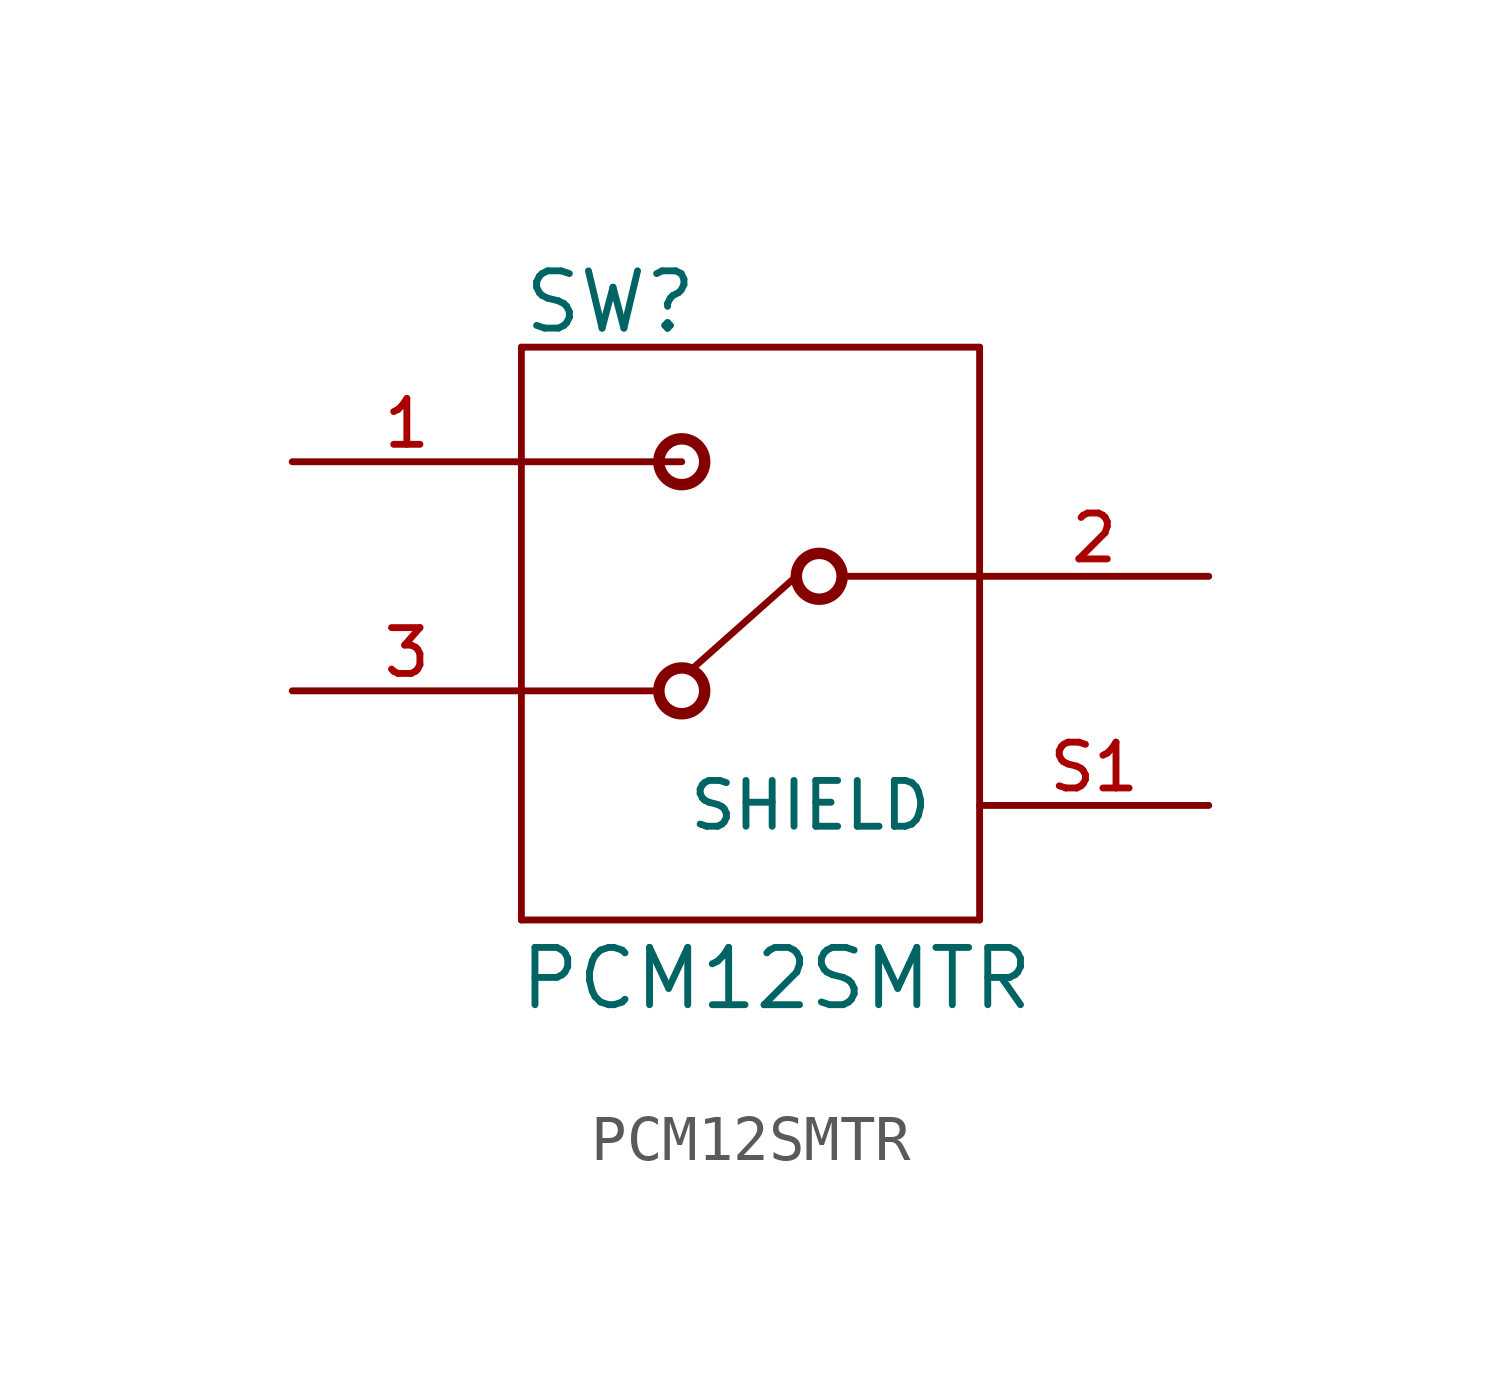
<source format=kicad_sym>
(kicad_symbol_lib
  (version 20211014)
  (generator kicad_symbol_editor)
  (symbol "PCM12SMTR"
    (pin_names
      (offset 1.016))
    (property "Reference" "SW"
      (at -5.084 5.339 0)
      (effects (font (size 1.27 1.27)) (justify bottom left)))
    (property "Value" "PCM12SMTR"
      (at -5.181 -9.662 0)
      (effects (font (size 1.27 1.27)) (justify bottom left)))
    (symbol "PCM12SMTR_0_0"
      (circle (center -1.524 2.54) (radius 0.508) (stroke (width 0.254)) (fill (type none)))
      (circle (center -1.524 -2.54) (radius 0.508) (stroke (width 0.254)) (fill (type none)))
      (circle (center 1.524 0.0) (radius 0.508) (stroke (width 0.254)) (fill (type none)))
      (polyline (pts (xy -5.08 5.08) (xy -5.08 2.54)) (stroke (width 0.152)))
      (polyline (pts (xy -5.08 2.54) (xy -5.08 -2.54)) (stroke (width 0.152)))
      (polyline (pts (xy -5.08 -2.54) (xy -5.08 -7.62)) (stroke (width 0.152)))
      (polyline (pts (xy -5.08 -7.62) (xy 5.08 -7.62)) (stroke (width 0.152)))
      (polyline (pts (xy 5.08 -7.62) (xy 5.08 0.0)) (stroke (width 0.152)))
      (polyline (pts (xy 5.08 0.0) (xy 5.08 5.08)) (stroke (width 0.152)))
      (polyline (pts (xy 5.08 5.08) (xy -5.08 5.08)) (stroke (width 0.152)))
      (polyline (pts (xy -5.08 2.54) (xy -1.524 2.54)) (stroke (width 0.152)))
      (polyline (pts (xy -5.08 -2.54) (xy -2.032 -2.54)) (stroke (width 0.152)))
      (polyline (pts (xy 2.032 0.0) (xy 5.08 0.0)) (stroke (width 0.152)))
      (polyline (pts (xy 1.016 0.0) (xy -1.27 -2.032)) (stroke (width 0.152)))
      (pin passive line (at -10.16 2.54 0) (length 5.08) (name "~" (effects (font (size 1.016 1.016)))) (number "1" (effects (font (size 1.016 1.016)))))
      (pin passive line (at -10.16 -2.54 0) (length 5.08) (name "~" (effects (font (size 1.016 1.016)))) (number "3" (effects (font (size 1.016 1.016)))))
      (pin passive line (at 10.16 0.0 180.0) (length 5.08) (name "~" (effects (font (size 1.016 1.016)))) (number "2" (effects (font (size 1.016 1.016)))))
      (pin passive line (at 10.16 -5.08 180.0) (length 5.08) (name "SHIELD" (effects (font (size 1.016 1.016)))) (number "S1" (effects (font (size 1.016 1.016)))))
      (pin passive line (at 10.16 -5.08 180.0) (length 5.08) hide (name "SHIELD" (effects (font (size 1.016 1.016)))) (number "S2" (effects (font (size 1.016 1.016)))))
      (pin passive line (at 10.16 -5.08 180.0) (length 5.08) hide (name "SHIELD" (effects (font (size 1.016 1.016)))) (number "S3" (effects (font (size 1.016 1.016)))))
      (pin passive line (at 10.16 -5.08 180.0) (length 5.08) hide (name "SHIELD" (effects (font (size 1.016 1.016)))) (number "S4" (effects (font (size 1.016 1.016))))))))
</source>
